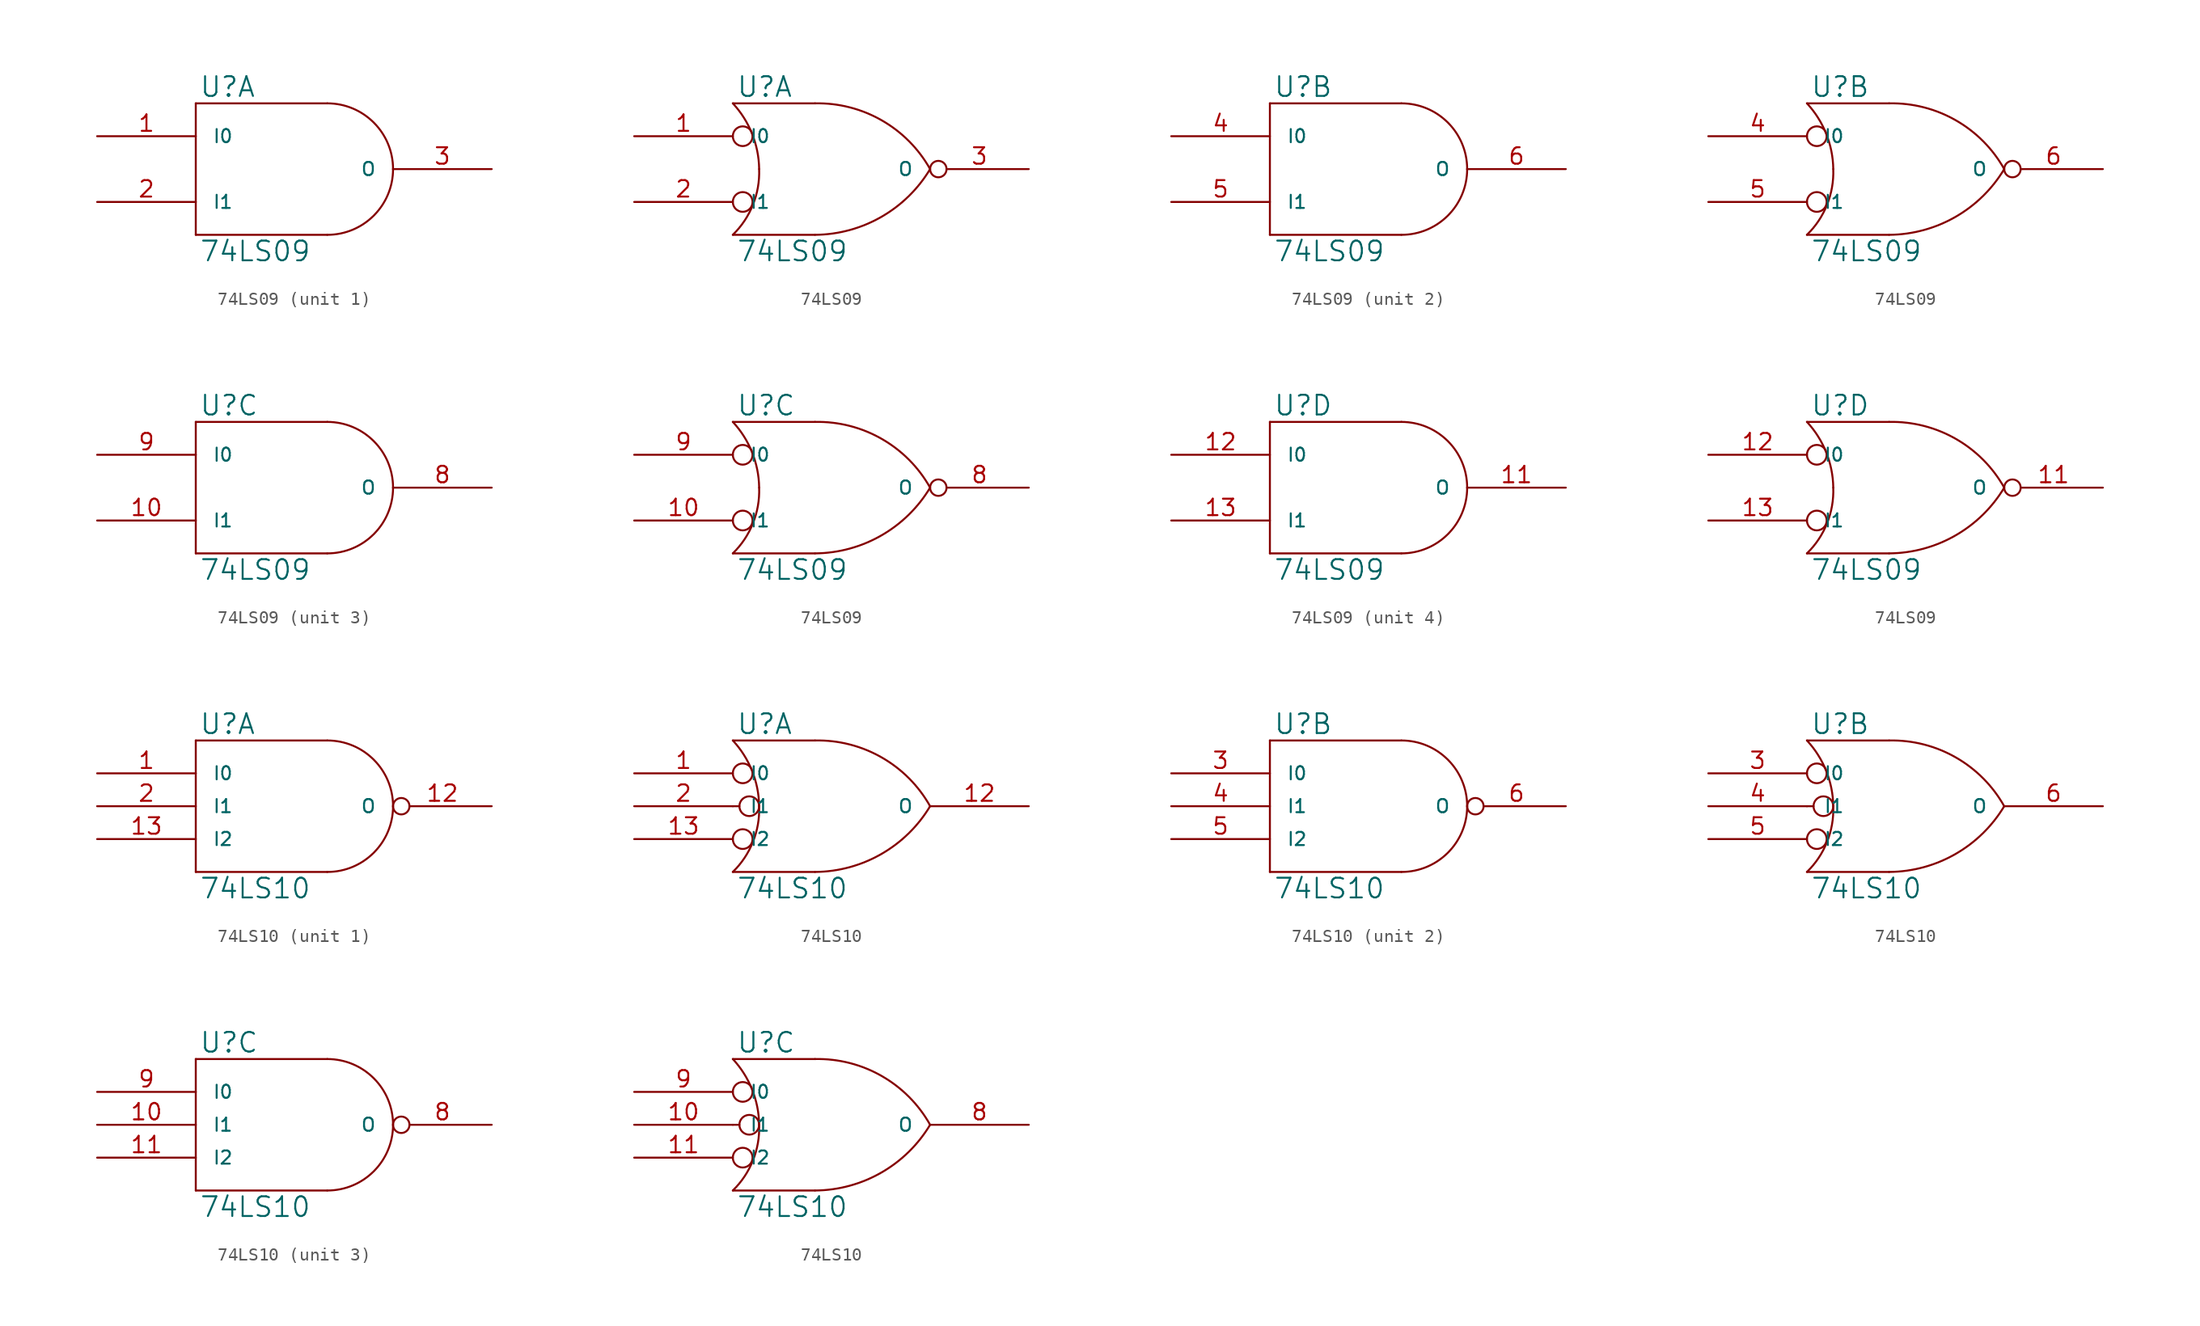
<source format=kicad_sym>
(kicad_symbol_lib
  (version 20231120)
  (generator "kicad_symbol_editor")
  (generator_version "8.0")
  (symbol "74LS09"
    (pin_names
      (offset 1.27))
    (property "Reference" "U"
      (at 0.254 0.381 0)
      (effects (font (size 1.524 1.524)) (justify left bottom)))
    (property "Value" "74LS09"
      (at 0.254 -10.541 0)
      (effects (font (size 1.524 1.524)) (justify left top)))
    (symbol "74LS09_0_1"
      (polyline (pts (xy 0 -10.16) (xy 10.16 -10.16)) (stroke (width 0) (type solid)) (fill (type none)))
      (polyline (pts (xy 0 0) (xy 0 -10.16)) (stroke (width 0) (type solid)) (fill (type none)))
      (polyline (pts (xy 10.16 0) (xy 0 0)) (stroke (width 0) (type solid)) (fill (type none)))
      (arc (start 10.16 -10.16) (mid 13.7521 -8.6721) (end 15.24 -5.08) (stroke (width 0) (type solid)) (fill (type none)))
      (arc (start 15.24 -5.08) (mid 13.7521 -1.4879) (end 10.16 0) (stroke (width 0) (type solid)) (fill (type none))))
    (symbol "74LS09_0_2"
      (arc (start 0 -10.16) (mid 1.5573 -7.8293) (end 2.032 -5.08) (stroke (width 0) (type solid)) (fill (type none)))
      (polyline (pts (xy 6.35 -10.16) (xy 0 -10.16)) (stroke (width 0) (type solid)) (fill (type none)))
      (polyline (pts (xy 6.35 0) (xy 0 0)) (stroke (width 0) (type solid)) (fill (type none)))
      (circle (center 0.762 -7.62) (radius 0.762) (stroke (width 0) (type solid)) (fill (type none)))
      (circle (center 0.762 -2.54) (radius 0.762) (stroke (width 0) (type solid)) (fill (type none)))
      (arc (start 2.032 -5.08) (mid 1.4906 -2.3584) (end 0 0) (stroke (width 0) (type solid)) (fill (type none)))
      (arc (start 6.35 -10.16) (mid 11.4496 -8.7875) (end 15.24 -5.08) (stroke (width 0) (type solid)) (fill (type none)))
      (arc (start 15.24 -5.08) (mid 11.4893 -1.3041) (end 6.35 0) (stroke (width 0) (type solid)) (fill (type none))))
    (symbol "74LS09_1_1"
      (pin input line (at -7.62 -2.54 0) (length 7.62) (name "I0" (effects (font (size 1.016 1.016)))) (number "1" (effects (font (size 1.27 1.27)))))
      (pin power_in line (at 0 0 270) (length 0) hide (name "VCC" (effects (font (size 1.016 1.016)))) (number "14" (effects (font (size 1.27 1.27)))))
      (pin input line (at -7.62 -7.62 0) (length 7.62) (name "I1" (effects (font (size 1.016 1.016)))) (number "2" (effects (font (size 1.27 1.27)))))
      (pin open_collector line (at 22.86 -5.08 180) (length 7.62) (name "O" (effects (font (size 1.016 1.016)))) (number "3" (effects (font (size 1.27 1.27)))))
      (pin power_in line (at 0 -10.16 90) (length 0) hide (name "GND" (effects (font (size 1.016 1.016)))) (number "7" (effects (font (size 1.27 1.27))))))
    (symbol "74LS09_1_2"
      (pin input line (at -7.62 -2.54 0) (length 7.62) (name "I0" (effects (font (size 1.016 1.016)))) (number "1" (effects (font (size 1.27 1.27)))))
      (pin power_in line (at 0 0 270) (length 0) hide (name "VCC" (effects (font (size 1.016 1.016)))) (number "14" (effects (font (size 1.27 1.27)))))
      (pin input line (at -7.62 -7.62 0) (length 7.62) (name "I1" (effects (font (size 1.016 1.016)))) (number "2" (effects (font (size 1.27 1.27)))))
      (pin open_collector inverted (at 22.86 -5.08 180) (length 7.62) (name "O" (effects (font (size 1.016 1.016)))) (number "3" (effects (font (size 1.27 1.27)))))
      (pin power_in line (at 0 -10.16 90) (length 0) hide (name "GND" (effects (font (size 1.016 1.016)))) (number "7" (effects (font (size 1.27 1.27))))))
    (symbol "74LS09_2_1"
      (pin power_in line (at 0 0 270) (length 0) hide (name "VCC" (effects (font (size 1.016 1.016)))) (number "14" (effects (font (size 1.27 1.27)))))
      (pin input line (at -7.62 -2.54 0) (length 7.62) (name "I0" (effects (font (size 1.016 1.016)))) (number "4" (effects (font (size 1.27 1.27)))))
      (pin input line (at -7.62 -7.62 0) (length 7.62) (name "I1" (effects (font (size 1.016 1.016)))) (number "5" (effects (font (size 1.27 1.27)))))
      (pin open_collector line (at 22.86 -5.08 180) (length 7.62) (name "O" (effects (font (size 1.016 1.016)))) (number "6" (effects (font (size 1.27 1.27)))))
      (pin power_in line (at 0 -10.16 90) (length 0) hide (name "GND" (effects (font (size 1.016 1.016)))) (number "7" (effects (font (size 1.27 1.27))))))
    (symbol "74LS09_2_2"
      (pin power_in line (at 0 0 270) (length 0) hide (name "VCC" (effects (font (size 1.016 1.016)))) (number "14" (effects (font (size 1.27 1.27)))))
      (pin input line (at -7.62 -2.54 0) (length 7.62) (name "I0" (effects (font (size 1.016 1.016)))) (number "4" (effects (font (size 1.27 1.27)))))
      (pin input line (at -7.62 -7.62 0) (length 7.62) (name "I1" (effects (font (size 1.016 1.016)))) (number "5" (effects (font (size 1.27 1.27)))))
      (pin open_collector inverted (at 22.86 -5.08 180) (length 7.62) (name "O" (effects (font (size 1.016 1.016)))) (number "6" (effects (font (size 1.27 1.27)))))
      (pin power_in line (at 0 -10.16 90) (length 0) hide (name "GND" (effects (font (size 1.016 1.016)))) (number "7" (effects (font (size 1.27 1.27))))))
    (symbol "74LS09_3_1"
      (pin input line (at -7.62 -7.62 0) (length 7.62) (name "I1" (effects (font (size 1.016 1.016)))) (number "10" (effects (font (size 1.27 1.27)))))
      (pin power_in line (at 0 0 270) (length 0) hide (name "VCC" (effects (font (size 1.016 1.016)))) (number "14" (effects (font (size 1.27 1.27)))))
      (pin power_in line (at 0 -10.16 90) (length 0) hide (name "GND" (effects (font (size 1.016 1.016)))) (number "7" (effects (font (size 1.27 1.27)))))
      (pin open_collector line (at 22.86 -5.08 180) (length 7.62) (name "O" (effects (font (size 1.016 1.016)))) (number "8" (effects (font (size 1.27 1.27)))))
      (pin input line (at -7.62 -2.54 0) (length 7.62) (name "I0" (effects (font (size 1.016 1.016)))) (number "9" (effects (font (size 1.27 1.27))))))
    (symbol "74LS09_3_2"
      (pin input line (at -7.62 -7.62 0) (length 7.62) (name "I1" (effects (font (size 1.016 1.016)))) (number "10" (effects (font (size 1.27 1.27)))))
      (pin power_in line (at 0 0 270) (length 0) hide (name "VCC" (effects (font (size 1.016 1.016)))) (number "14" (effects (font (size 1.27 1.27)))))
      (pin power_in line (at 0 -10.16 90) (length 0) hide (name "GND" (effects (font (size 1.016 1.016)))) (number "7" (effects (font (size 1.27 1.27)))))
      (pin open_collector inverted (at 22.86 -5.08 180) (length 7.62) (name "O" (effects (font (size 1.016 1.016)))) (number "8" (effects (font (size 1.27 1.27)))))
      (pin input line (at -7.62 -2.54 0) (length 7.62) (name "I0" (effects (font (size 1.016 1.016)))) (number "9" (effects (font (size 1.27 1.27))))))
    (symbol "74LS09_4_1"
      (pin open_collector line (at 22.86 -5.08 180) (length 7.62) (name "O" (effects (font (size 1.016 1.016)))) (number "11" (effects (font (size 1.27 1.27)))))
      (pin input line (at -7.62 -2.54 0) (length 7.62) (name "I0" (effects (font (size 1.016 1.016)))) (number "12" (effects (font (size 1.27 1.27)))))
      (pin input line (at -7.62 -7.62 0) (length 7.62) (name "I1" (effects (font (size 1.016 1.016)))) (number "13" (effects (font (size 1.27 1.27)))))
      (pin power_in line (at 0 0 270) (length 0) hide (name "VCC" (effects (font (size 1.016 1.016)))) (number "14" (effects (font (size 1.27 1.27)))))
      (pin power_in line (at 0 -10.16 90) (length 0) hide (name "GND" (effects (font (size 1.016 1.016)))) (number "7" (effects (font (size 1.27 1.27))))))
    (symbol "74LS09_4_2"
      (pin open_collector inverted (at 22.86 -5.08 180) (length 7.62) (name "O" (effects (font (size 1.016 1.016)))) (number "11" (effects (font (size 1.27 1.27)))))
      (pin input line (at -7.62 -2.54 0) (length 7.62) (name "I0" (effects (font (size 1.016 1.016)))) (number "12" (effects (font (size 1.27 1.27)))))
      (pin input line (at -7.62 -7.62 0) (length 7.62) (name "I1" (effects (font (size 1.016 1.016)))) (number "13" (effects (font (size 1.27 1.27)))))
      (pin power_in line (at 0 0 270) (length 0) hide (name "VCC" (effects (font (size 1.016 1.016)))) (number "14" (effects (font (size 1.27 1.27)))))
      (pin power_in line (at 0 -10.16 90) (length 0) hide (name "GND" (effects (font (size 1.016 1.016)))) (number "7" (effects (font (size 1.27 1.27)))))))
  (symbol "74LS10"
    (pin_names
      (offset 1.27))
    (property "Reference" "U"
      (at 0.254 0.381 0)
      (effects (font (size 1.524 1.524)) (justify left bottom)))
    (property "Value" "74LS10"
      (at 0.254 -10.541 0)
      (effects (font (size 1.524 1.524)) (justify left top)))
    (symbol "74LS10_0_1"
      (polyline (pts (xy 0 -10.16) (xy 10.16 -10.16)) (stroke (width 0) (type solid)) (fill (type none)))
      (polyline (pts (xy 0 0) (xy 0 -10.16)) (stroke (width 0) (type solid)) (fill (type none)))
      (polyline (pts (xy 10.16 0) (xy 0 0)) (stroke (width 0) (type solid)) (fill (type none)))
      (arc (start 10.16 -10.16) (mid 13.7521 -8.6721) (end 15.24 -5.08) (stroke (width 0) (type solid)) (fill (type none)))
      (arc (start 15.24 -5.08) (mid 13.7521 -1.4879) (end 10.16 0) (stroke (width 0) (type solid)) (fill (type none))))
    (symbol "74LS10_0_2"
      (arc (start 0 -10.16) (mid 1.5573 -7.8293) (end 2.032 -5.08) (stroke (width 0) (type solid)) (fill (type none)))
      (polyline (pts (xy 0.508 -5.08) (xy 0 -5.08)) (stroke (width 0) (type solid)) (fill (type none)))
      (polyline (pts (xy 6.35 -10.16) (xy 0 -10.16)) (stroke (width 0) (type solid)) (fill (type none)))
      (polyline (pts (xy 6.35 0) (xy 0 0)) (stroke (width 0) (type solid)) (fill (type none)))
      (circle (center 0.762 -7.62) (radius 0.762) (stroke (width 0) (type solid)) (fill (type none)))
      (circle (center 0.762 -2.54) (radius 0.762) (stroke (width 0) (type solid)) (fill (type none)))
      (circle (center 1.27 -5.08) (radius 0.762) (stroke (width 0) (type solid)) (fill (type none)))
      (arc (start 2.032 -5.08) (mid 1.4906 -2.3584) (end 0 0) (stroke (width 0) (type solid)) (fill (type none)))
      (arc (start 6.35 -10.16) (mid 11.4496 -8.7875) (end 15.24 -5.08) (stroke (width 0) (type solid)) (fill (type none)))
      (arc (start 15.24 -5.08) (mid 11.4893 -1.3041) (end 6.35 0) (stroke (width 0) (type solid)) (fill (type none))))
    (symbol "74LS10_1_1"
      (pin input line (at -7.62 -2.54 0) (length 7.62) (name "I0" (effects (font (size 1.016 1.016)))) (number "1" (effects (font (size 1.27 1.27)))))
      (pin output inverted (at 22.86 -5.08 180) (length 7.62) (name "O" (effects (font (size 1.016 1.016)))) (number "12" (effects (font (size 1.27 1.27)))))
      (pin input line (at -7.62 -7.62 0) (length 7.62) (name "I2" (effects (font (size 1.016 1.016)))) (number "13" (effects (font (size 1.27 1.27)))))
      (pin power_in line (at 0 0 270) (length 0) hide (name "VCC" (effects (font (size 1.016 1.016)))) (number "14" (effects (font (size 1.27 1.27)))))
      (pin input line (at -7.62 -5.08 0) (length 7.62) (name "I1" (effects (font (size 1.016 1.016)))) (number "2" (effects (font (size 1.27 1.27)))))
      (pin power_in line (at 0 -10.16 90) (length 0) hide (name "GND" (effects (font (size 1.016 1.016)))) (number "7" (effects (font (size 1.27 1.27))))))
    (symbol "74LS10_1_2"
      (pin input line (at -7.62 -2.54 0) (length 7.62) (name "I0" (effects (font (size 1.016 1.016)))) (number "1" (effects (font (size 1.27 1.27)))))
      (pin output line (at 22.86 -5.08 180) (length 7.62) (name "O" (effects (font (size 1.016 1.016)))) (number "12" (effects (font (size 1.27 1.27)))))
      (pin input line (at -7.62 -7.62 0) (length 7.62) (name "I2" (effects (font (size 1.016 1.016)))) (number "13" (effects (font (size 1.27 1.27)))))
      (pin power_in line (at 0 0 270) (length 0) hide (name "VCC" (effects (font (size 1.016 1.016)))) (number "14" (effects (font (size 1.27 1.27)))))
      (pin input line (at -7.62 -5.08 0) (length 7.62) (name "I1" (effects (font (size 1.016 1.016)))) (number "2" (effects (font (size 1.27 1.27)))))
      (pin power_in line (at 0 -10.16 90) (length 0) hide (name "GND" (effects (font (size 1.016 1.016)))) (number "7" (effects (font (size 1.27 1.27))))))
    (symbol "74LS10_2_1"
      (pin power_in line (at 0 0 270) (length 0) hide (name "VCC" (effects (font (size 1.016 1.016)))) (number "14" (effects (font (size 1.27 1.27)))))
      (pin input line (at -7.62 -2.54 0) (length 7.62) (name "I0" (effects (font (size 1.016 1.016)))) (number "3" (effects (font (size 1.27 1.27)))))
      (pin input line (at -7.62 -5.08 0) (length 7.62) (name "I1" (effects (font (size 1.016 1.016)))) (number "4" (effects (font (size 1.27 1.27)))))
      (pin input line (at -7.62 -7.62 0) (length 7.62) (name "I2" (effects (font (size 1.016 1.016)))) (number "5" (effects (font (size 1.27 1.27)))))
      (pin output inverted (at 22.86 -5.08 180) (length 7.62) (name "O" (effects (font (size 1.016 1.016)))) (number "6" (effects (font (size 1.27 1.27)))))
      (pin power_in line (at 0 -10.16 90) (length 0) hide (name "GND" (effects (font (size 1.016 1.016)))) (number "7" (effects (font (size 1.27 1.27))))))
    (symbol "74LS10_2_2"
      (pin power_in line (at 0 0 270) (length 0) hide (name "VCC" (effects (font (size 1.016 1.016)))) (number "14" (effects (font (size 1.27 1.27)))))
      (pin input line (at -7.62 -2.54 0) (length 7.62) (name "I0" (effects (font (size 1.016 1.016)))) (number "3" (effects (font (size 1.27 1.27)))))
      (pin input line (at -7.62 -5.08 0) (length 7.62) (name "I1" (effects (font (size 1.016 1.016)))) (number "4" (effects (font (size 1.27 1.27)))))
      (pin input line (at -7.62 -7.62 0) (length 7.62) (name "I2" (effects (font (size 1.016 1.016)))) (number "5" (effects (font (size 1.27 1.27)))))
      (pin output line (at 22.86 -5.08 180) (length 7.62) (name "O" (effects (font (size 1.016 1.016)))) (number "6" (effects (font (size 1.27 1.27)))))
      (pin power_in line (at 0 -10.16 90) (length 0) hide (name "GND" (effects (font (size 1.016 1.016)))) (number "7" (effects (font (size 1.27 1.27))))))
    (symbol "74LS10_3_1"
      (pin input line (at -7.62 -5.08 0) (length 7.62) (name "I1" (effects (font (size 1.016 1.016)))) (number "10" (effects (font (size 1.27 1.27)))))
      (pin input line (at -7.62 -7.62 0) (length 7.62) (name "I2" (effects (font (size 1.016 1.016)))) (number "11" (effects (font (size 1.27 1.27)))))
      (pin power_in line (at 0 0 270) (length 0) hide (name "VCC" (effects (font (size 1.016 1.016)))) (number "14" (effects (font (size 1.27 1.27)))))
      (pin power_in line (at 0 -10.16 90) (length 0) hide (name "GND" (effects (font (size 1.016 1.016)))) (number "7" (effects (font (size 1.27 1.27)))))
      (pin output inverted (at 22.86 -5.08 180) (length 7.62) (name "O" (effects (font (size 1.016 1.016)))) (number "8" (effects (font (size 1.27 1.27)))))
      (pin input line (at -7.62 -2.54 0) (length 7.62) (name "I0" (effects (font (size 1.016 1.016)))) (number "9" (effects (font (size 1.27 1.27))))))
    (symbol "74LS10_3_2"
      (pin input line (at -7.62 -5.08 0) (length 7.62) (name "I1" (effects (font (size 1.016 1.016)))) (number "10" (effects (font (size 1.27 1.27)))))
      (pin input line (at -7.62 -7.62 0) (length 7.62) (name "I2" (effects (font (size 1.016 1.016)))) (number "11" (effects (font (size 1.27 1.27)))))
      (pin power_in line (at 0 0 270) (length 0) hide (name "VCC" (effects (font (size 1.016 1.016)))) (number "14" (effects (font (size 1.27 1.27)))))
      (pin power_in line (at 0 -10.16 90) (length 0) hide (name "GND" (effects (font (size 1.016 1.016)))) (number "7" (effects (font (size 1.27 1.27)))))
      (pin output line (at 22.86 -5.08 180) (length 7.62) (name "O" (effects (font (size 1.016 1.016)))) (number "8" (effects (font (size 1.27 1.27)))))
      (pin input line (at -7.62 -2.54 0) (length 7.62) (name "I0" (effects (font (size 1.016 1.016)))) (number "9" (effects (font (size 1.27 1.27))))))))
</source>
